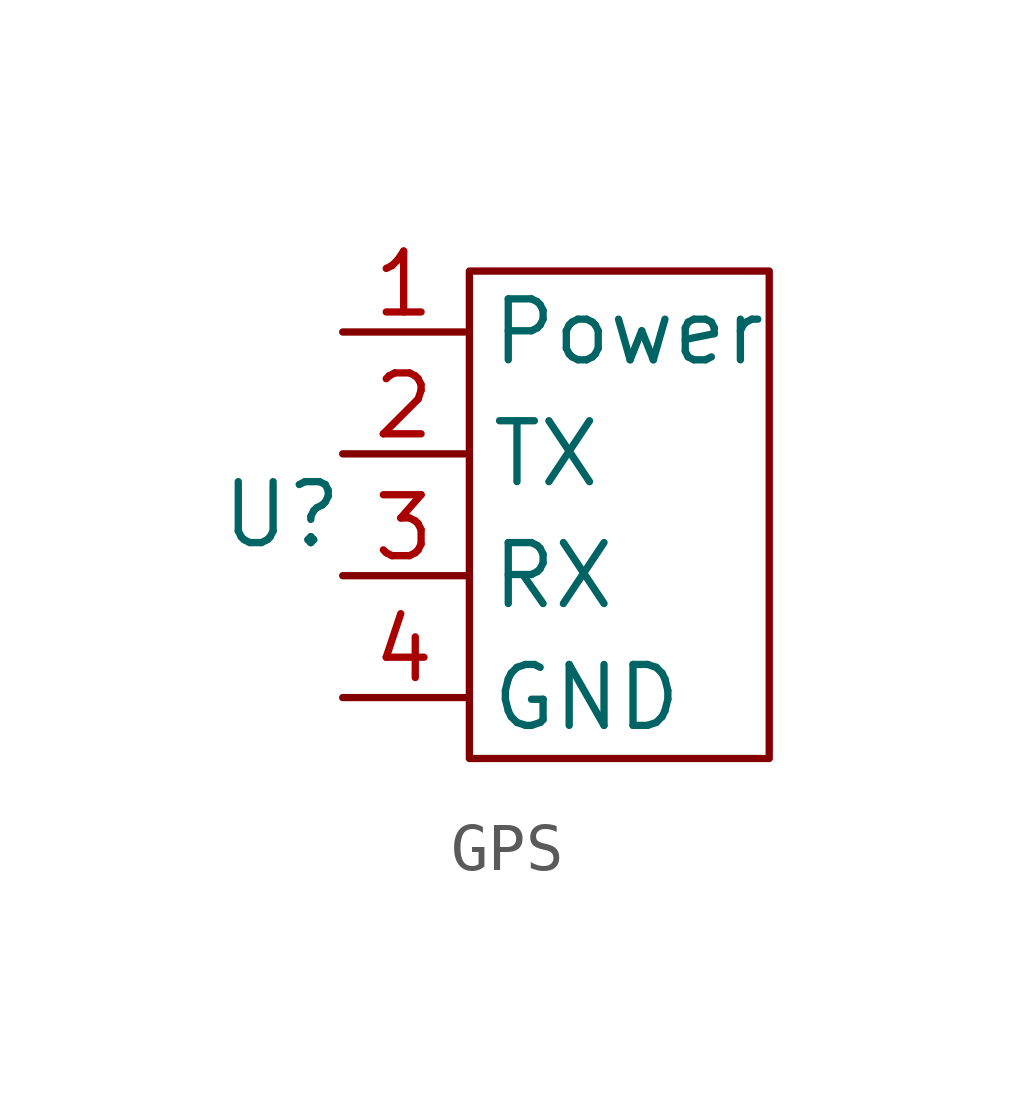
<source format=kicad_sym>
(kicad_symbol_lib
  (version 20231120)
  (generator "kicad_symbol_editor")
  (generator_version "8.0")
  (symbol "GPS"
    (property "Reference" "U"
      (at 0 0 0)
      (effects (font (size 1.27 1.27))))
    (property "Value" ""
      (at 0 0 0)
      (effects (font (size 1.27 1.27))))
    (property "ki_locked" ""
      (at 0 0 0)
      (effects (font (size 1.27 1.27))))
    (symbol "GPS_1_1"
      (rectangle (start 3.91 5.08) (end 10.16 -5.08) (stroke (width 0) (type default)) (fill (type none)))
      (pin power_in line (at 1.27 3.81 0) (length 2.54) (name "Power" (effects (font (size 1.27 1.27)))) (number "1" (effects (font (size 1.27 1.27)))))
      (pin output line (at 1.27 1.27 0) (length 2.54) (name "TX" (effects (font (size 1.27 1.27)))) (number "2" (effects (font (size 1.27 1.27)))))
      (pin input line (at 1.27 -1.27 0) (length 2.54) (name "RX" (effects (font (size 1.27 1.27)))) (number "3" (effects (font (size 1.27 1.27)))))
      (pin power_in line (at 1.27 -3.81 0) (length 2.54) (name "GND" (effects (font (size 1.27 1.27)))) (number "4" (effects (font (size 1.27 1.27))))))))
</source>
